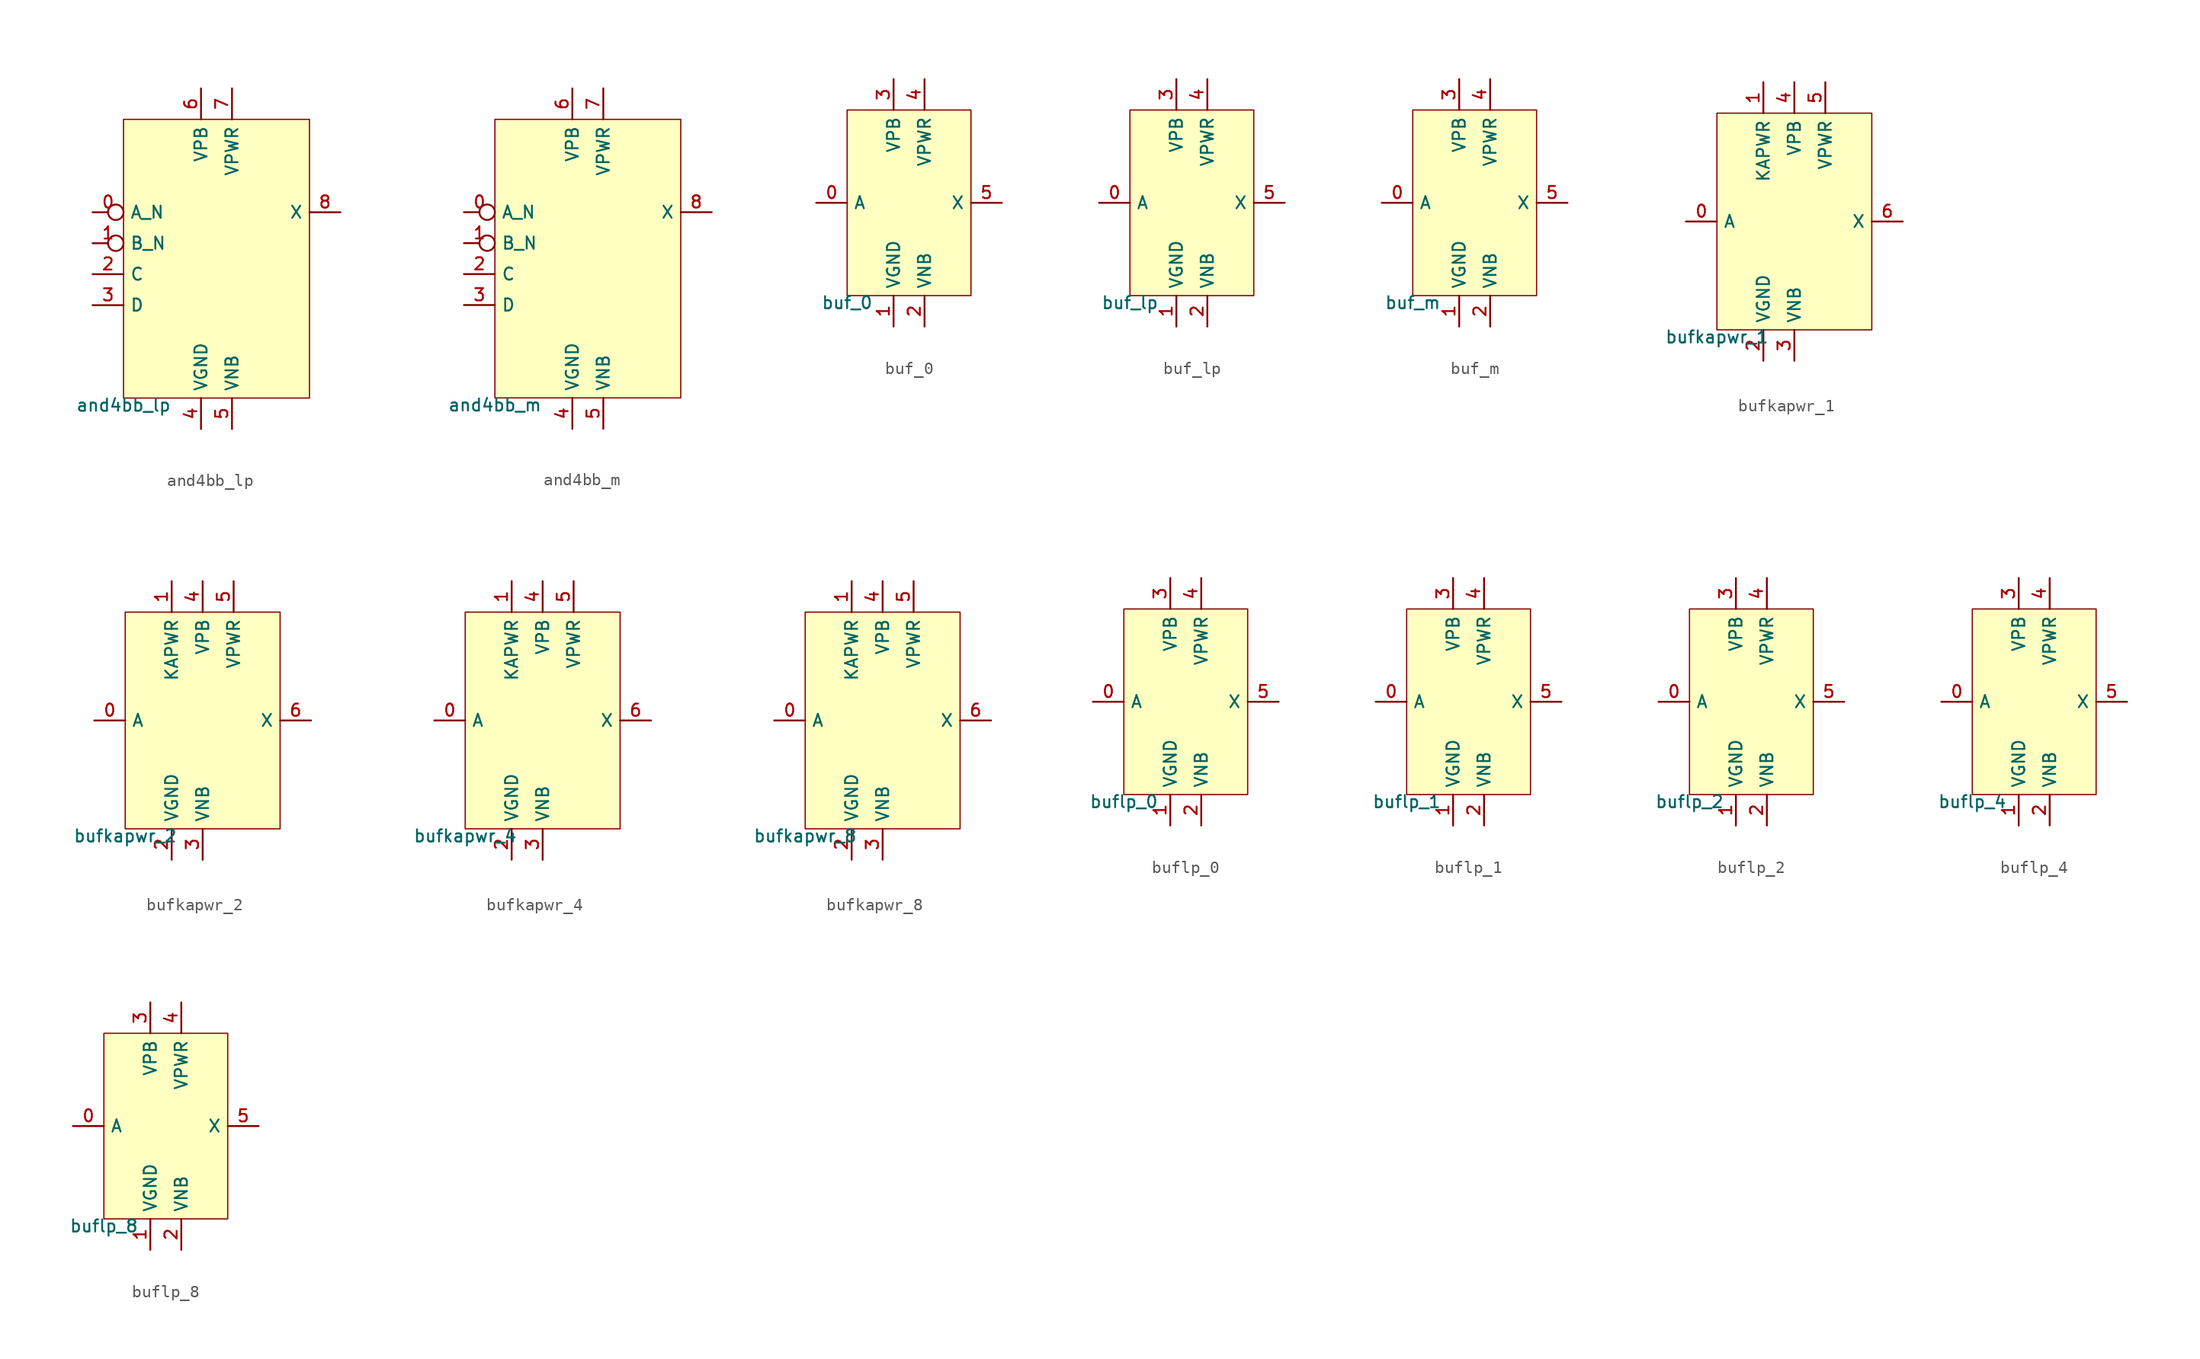
<source format=kicad_sym>
(kicad_symbol_lib
  (version 20211014)
  (generator pdk2kicad)
  (symbol "and4bb_lp"
    (property "Reference" "X"
      (at 0 0 0)
      (effects (font (size 1 1)) hide))
    (property "Value" "and4bb_lp"
      (at -7.62 -11.43 0)
      (effects (font (size 1 1)) (justify top)))
    (rectangle
      (start -7.62 -11.43)
      (end 7.62 11.43)
      (stroke (width 0.1) (type solid) (color 0 0 0 0))
      (fill (type background)))
    (pin input inverted
      (at -10.16 3.81 0)
      (length 2.54)
      (name "A_N" (effects (font (size 1 1)) hide))
      (number "0" (effects (font (size 1 1)) hide)))
    (pin input inverted
      (at -10.16 1.27 0)
      (length 2.54)
      (name "B_N" (effects (font (size 1 1)) hide))
      (number "1" (effects (font (size 1 1)) hide)))
    (pin input line
      (at -10.16 -1.27 0)
      (length 2.54)
      (name "C" (effects (font (size 1 1)) hide))
      (number "2" (effects (font (size 1 1)) hide)))
    (pin input line
      (at -10.16 -3.81 0)
      (length 2.54)
      (name "D" (effects (font (size 1 1)) hide))
      (number "3" (effects (font (size 1 1)) hide)))
    (pin power_in line
      (at -1.27 -13.97 90)
      (length 2.54)
      (name "VGND" (effects (font (size 1 1)) hide))
      (number "4" (effects (font (size 1 1)) hide)))
    (pin power_in line
      (at 1.27 -13.97 90)
      (length 2.54)
      (name "VNB" (effects (font (size 1 1)) hide))
      (number "5" (effects (font (size 1 1)) hide)))
    (pin power_in line
      (at -1.27 13.97 270)
      (length 2.54)
      (name "VPB" (effects (font (size 1 1)) hide))
      (number "6" (effects (font (size 1 1)) hide)))
    (pin power_in line
      (at 1.27 13.97 270)
      (length 2.54)
      (name "VPWR" (effects (font (size 1 1)) hide))
      (number "7" (effects (font (size 1 1)) hide)))
    (pin output line
      (at 10.16 3.81 180)
      (length 2.54)
      (name "X" (effects (font (size 1 1)) hide))
      (number "8" (effects (font (size 1 1)) hide))))
  (symbol "and4bb_m"
    (property "Reference" "X"
      (at 0 0 0)
      (effects (font (size 1 1)) hide))
    (property "Value" "and4bb_m"
      (at -7.62 -11.43 0)
      (effects (font (size 1 1)) (justify top)))
    (rectangle
      (start -7.62 -11.43)
      (end 7.62 11.43)
      (stroke (width 0.1) (type solid) (color 0 0 0 0))
      (fill (type background)))
    (pin input inverted
      (at -10.16 3.81 0)
      (length 2.54)
      (name "A_N" (effects (font (size 1 1)) hide))
      (number "0" (effects (font (size 1 1)) hide)))
    (pin input inverted
      (at -10.16 1.27 0)
      (length 2.54)
      (name "B_N" (effects (font (size 1 1)) hide))
      (number "1" (effects (font (size 1 1)) hide)))
    (pin input line
      (at -10.16 -1.27 0)
      (length 2.54)
      (name "C" (effects (font (size 1 1)) hide))
      (number "2" (effects (font (size 1 1)) hide)))
    (pin input line
      (at -10.16 -3.81 0)
      (length 2.54)
      (name "D" (effects (font (size 1 1)) hide))
      (number "3" (effects (font (size 1 1)) hide)))
    (pin power_in line
      (at -1.27 -13.97 90)
      (length 2.54)
      (name "VGND" (effects (font (size 1 1)) hide))
      (number "4" (effects (font (size 1 1)) hide)))
    (pin power_in line
      (at 1.27 -13.97 90)
      (length 2.54)
      (name "VNB" (effects (font (size 1 1)) hide))
      (number "5" (effects (font (size 1 1)) hide)))
    (pin power_in line
      (at -1.27 13.97 270)
      (length 2.54)
      (name "VPB" (effects (font (size 1 1)) hide))
      (number "6" (effects (font (size 1 1)) hide)))
    (pin power_in line
      (at 1.27 13.97 270)
      (length 2.54)
      (name "VPWR" (effects (font (size 1 1)) hide))
      (number "7" (effects (font (size 1 1)) hide)))
    (pin output line
      (at 10.16 3.81 180)
      (length 2.54)
      (name "X" (effects (font (size 1 1)) hide))
      (number "8" (effects (font (size 1 1)) hide))))
  (symbol "buf_0"
    (property "Reference" "X"
      (at 0 0 0)
      (effects (font (size 1 1)) hide))
    (property "Value" "buf_0"
      (at -5.08 -7.62 0)
      (effects (font (size 1 1)) (justify top)))
    (rectangle
      (start -5.08 -7.62)
      (end 5.08 7.62)
      (stroke (width 0.1) (type solid) (color 0 0 0 0))
      (fill (type background)))
    (pin input line
      (at -7.62 0.0 0)
      (length 2.54)
      (name "A" (effects (font (size 1 1)) hide))
      (number "0" (effects (font (size 1 1)) hide)))
    (pin power_in line
      (at -1.27 -10.16 90)
      (length 2.54)
      (name "VGND" (effects (font (size 1 1)) hide))
      (number "1" (effects (font (size 1 1)) hide)))
    (pin power_in line
      (at 1.27 -10.16 90)
      (length 2.54)
      (name "VNB" (effects (font (size 1 1)) hide))
      (number "2" (effects (font (size 1 1)) hide)))
    (pin power_in line
      (at -1.27 10.16 270)
      (length 2.54)
      (name "VPB" (effects (font (size 1 1)) hide))
      (number "3" (effects (font (size 1 1)) hide)))
    (pin power_in line
      (at 1.27 10.16 270)
      (length 2.54)
      (name "VPWR" (effects (font (size 1 1)) hide))
      (number "4" (effects (font (size 1 1)) hide)))
    (pin output line
      (at 7.62 0.0 180)
      (length 2.54)
      (name "X" (effects (font (size 1 1)) hide))
      (number "5" (effects (font (size 1 1)) hide))))
  (symbol "buf_lp"
    (property "Reference" "X"
      (at 0 0 0)
      (effects (font (size 1 1)) hide))
    (property "Value" "buf_lp"
      (at -5.08 -7.62 0)
      (effects (font (size 1 1)) (justify top)))
    (rectangle
      (start -5.08 -7.62)
      (end 5.08 7.62)
      (stroke (width 0.1) (type solid) (color 0 0 0 0))
      (fill (type background)))
    (pin input line
      (at -7.62 0.0 0)
      (length 2.54)
      (name "A" (effects (font (size 1 1)) hide))
      (number "0" (effects (font (size 1 1)) hide)))
    (pin power_in line
      (at -1.27 -10.16 90)
      (length 2.54)
      (name "VGND" (effects (font (size 1 1)) hide))
      (number "1" (effects (font (size 1 1)) hide)))
    (pin power_in line
      (at 1.27 -10.16 90)
      (length 2.54)
      (name "VNB" (effects (font (size 1 1)) hide))
      (number "2" (effects (font (size 1 1)) hide)))
    (pin power_in line
      (at -1.27 10.16 270)
      (length 2.54)
      (name "VPB" (effects (font (size 1 1)) hide))
      (number "3" (effects (font (size 1 1)) hide)))
    (pin power_in line
      (at 1.27 10.16 270)
      (length 2.54)
      (name "VPWR" (effects (font (size 1 1)) hide))
      (number "4" (effects (font (size 1 1)) hide)))
    (pin output line
      (at 7.62 0.0 180)
      (length 2.54)
      (name "X" (effects (font (size 1 1)) hide))
      (number "5" (effects (font (size 1 1)) hide))))
  (symbol "buf_m"
    (property "Reference" "X"
      (at 0 0 0)
      (effects (font (size 1 1)) hide))
    (property "Value" "buf_m"
      (at -5.08 -7.62 0)
      (effects (font (size 1 1)) (justify top)))
    (rectangle
      (start -5.08 -7.62)
      (end 5.08 7.62)
      (stroke (width 0.1) (type solid) (color 0 0 0 0))
      (fill (type background)))
    (pin input line
      (at -7.62 0.0 0)
      (length 2.54)
      (name "A" (effects (font (size 1 1)) hide))
      (number "0" (effects (font (size 1 1)) hide)))
    (pin power_in line
      (at -1.27 -10.16 90)
      (length 2.54)
      (name "VGND" (effects (font (size 1 1)) hide))
      (number "1" (effects (font (size 1 1)) hide)))
    (pin power_in line
      (at 1.27 -10.16 90)
      (length 2.54)
      (name "VNB" (effects (font (size 1 1)) hide))
      (number "2" (effects (font (size 1 1)) hide)))
    (pin power_in line
      (at -1.27 10.16 270)
      (length 2.54)
      (name "VPB" (effects (font (size 1 1)) hide))
      (number "3" (effects (font (size 1 1)) hide)))
    (pin power_in line
      (at 1.27 10.16 270)
      (length 2.54)
      (name "VPWR" (effects (font (size 1 1)) hide))
      (number "4" (effects (font (size 1 1)) hide)))
    (pin output line
      (at 7.62 0.0 180)
      (length 2.54)
      (name "X" (effects (font (size 1 1)) hide))
      (number "5" (effects (font (size 1 1)) hide))))
  (symbol "bufkapwr_1"
    (property "Reference" "X"
      (at 0 0 0)
      (effects (font (size 1 1)) hide))
    (property "Value" "bufkapwr_1"
      (at -6.35 -8.89 0)
      (effects (font (size 1 1)) (justify top)))
    (rectangle
      (start -6.35 -8.89)
      (end 6.35 8.89)
      (stroke (width 0.1) (type solid) (color 0 0 0 0))
      (fill (type background)))
    (pin input line
      (at -8.89 8.881784197001252e-16 0)
      (length 2.54)
      (name "A" (effects (font (size 1 1)) hide))
      (number "0" (effects (font (size 1 1)) hide)))
    (pin power_in line
      (at -2.54 11.43 270)
      (length 2.54)
      (name "KAPWR" (effects (font (size 1 1)) hide))
      (number "1" (effects (font (size 1 1)) hide)))
    (pin power_in line
      (at -2.54 -11.43 90)
      (length 2.54)
      (name "VGND" (effects (font (size 1 1)) hide))
      (number "2" (effects (font (size 1 1)) hide)))
    (pin power_in line
      (at 4.440892098500626e-16 -11.43 90)
      (length 2.54)
      (name "VNB" (effects (font (size 1 1)) hide))
      (number "3" (effects (font (size 1 1)) hide)))
    (pin power_in line
      (at 4.440892098500626e-16 11.43 270)
      (length 2.54)
      (name "VPB" (effects (font (size 1 1)) hide))
      (number "4" (effects (font (size 1 1)) hide)))
    (pin power_in line
      (at 2.54 11.43 270)
      (length 2.54)
      (name "VPWR" (effects (font (size 1 1)) hide))
      (number "5" (effects (font (size 1 1)) hide)))
    (pin output line
      (at 8.89 8.881784197001252e-16 180)
      (length 2.54)
      (name "X" (effects (font (size 1 1)) hide))
      (number "6" (effects (font (size 1 1)) hide))))
  (symbol "bufkapwr_2"
    (property "Reference" "X"
      (at 0 0 0)
      (effects (font (size 1 1)) hide))
    (property "Value" "bufkapwr_2"
      (at -6.35 -8.89 0)
      (effects (font (size 1 1)) (justify top)))
    (rectangle
      (start -6.35 -8.89)
      (end 6.35 8.89)
      (stroke (width 0.1) (type solid) (color 0 0 0 0))
      (fill (type background)))
    (pin input line
      (at -8.89 8.881784197001252e-16 0)
      (length 2.54)
      (name "A" (effects (font (size 1 1)) hide))
      (number "0" (effects (font (size 1 1)) hide)))
    (pin power_in line
      (at -2.54 11.43 270)
      (length 2.54)
      (name "KAPWR" (effects (font (size 1 1)) hide))
      (number "1" (effects (font (size 1 1)) hide)))
    (pin power_in line
      (at -2.54 -11.43 90)
      (length 2.54)
      (name "VGND" (effects (font (size 1 1)) hide))
      (number "2" (effects (font (size 1 1)) hide)))
    (pin power_in line
      (at 4.440892098500626e-16 -11.43 90)
      (length 2.54)
      (name "VNB" (effects (font (size 1 1)) hide))
      (number "3" (effects (font (size 1 1)) hide)))
    (pin power_in line
      (at 4.440892098500626e-16 11.43 270)
      (length 2.54)
      (name "VPB" (effects (font (size 1 1)) hide))
      (number "4" (effects (font (size 1 1)) hide)))
    (pin power_in line
      (at 2.54 11.43 270)
      (length 2.54)
      (name "VPWR" (effects (font (size 1 1)) hide))
      (number "5" (effects (font (size 1 1)) hide)))
    (pin output line
      (at 8.89 8.881784197001252e-16 180)
      (length 2.54)
      (name "X" (effects (font (size 1 1)) hide))
      (number "6" (effects (font (size 1 1)) hide))))
  (symbol "bufkapwr_4"
    (property "Reference" "X"
      (at 0 0 0)
      (effects (font (size 1 1)) hide))
    (property "Value" "bufkapwr_4"
      (at -6.35 -8.89 0)
      (effects (font (size 1 1)) (justify top)))
    (rectangle
      (start -6.35 -8.89)
      (end 6.35 8.89)
      (stroke (width 0.1) (type solid) (color 0 0 0 0))
      (fill (type background)))
    (pin input line
      (at -8.89 8.881784197001252e-16 0)
      (length 2.54)
      (name "A" (effects (font (size 1 1)) hide))
      (number "0" (effects (font (size 1 1)) hide)))
    (pin power_in line
      (at -2.54 11.43 270)
      (length 2.54)
      (name "KAPWR" (effects (font (size 1 1)) hide))
      (number "1" (effects (font (size 1 1)) hide)))
    (pin power_in line
      (at -2.54 -11.43 90)
      (length 2.54)
      (name "VGND" (effects (font (size 1 1)) hide))
      (number "2" (effects (font (size 1 1)) hide)))
    (pin power_in line
      (at 4.440892098500626e-16 -11.43 90)
      (length 2.54)
      (name "VNB" (effects (font (size 1 1)) hide))
      (number "3" (effects (font (size 1 1)) hide)))
    (pin power_in line
      (at 4.440892098500626e-16 11.43 270)
      (length 2.54)
      (name "VPB" (effects (font (size 1 1)) hide))
      (number "4" (effects (font (size 1 1)) hide)))
    (pin power_in line
      (at 2.54 11.43 270)
      (length 2.54)
      (name "VPWR" (effects (font (size 1 1)) hide))
      (number "5" (effects (font (size 1 1)) hide)))
    (pin output line
      (at 8.89 8.881784197001252e-16 180)
      (length 2.54)
      (name "X" (effects (font (size 1 1)) hide))
      (number "6" (effects (font (size 1 1)) hide))))
  (symbol "bufkapwr_8"
    (property "Reference" "X"
      (at 0 0 0)
      (effects (font (size 1 1)) hide))
    (property "Value" "bufkapwr_8"
      (at -6.35 -8.89 0)
      (effects (font (size 1 1)) (justify top)))
    (rectangle
      (start -6.35 -8.89)
      (end 6.35 8.89)
      (stroke (width 0.1) (type solid) (color 0 0 0 0))
      (fill (type background)))
    (pin input line
      (at -8.89 8.881784197001252e-16 0)
      (length 2.54)
      (name "A" (effects (font (size 1 1)) hide))
      (number "0" (effects (font (size 1 1)) hide)))
    (pin power_in line
      (at -2.54 11.43 270)
      (length 2.54)
      (name "KAPWR" (effects (font (size 1 1)) hide))
      (number "1" (effects (font (size 1 1)) hide)))
    (pin power_in line
      (at -2.54 -11.43 90)
      (length 2.54)
      (name "VGND" (effects (font (size 1 1)) hide))
      (number "2" (effects (font (size 1 1)) hide)))
    (pin power_in line
      (at 4.440892098500626e-16 -11.43 90)
      (length 2.54)
      (name "VNB" (effects (font (size 1 1)) hide))
      (number "3" (effects (font (size 1 1)) hide)))
    (pin power_in line
      (at 4.440892098500626e-16 11.43 270)
      (length 2.54)
      (name "VPB" (effects (font (size 1 1)) hide))
      (number "4" (effects (font (size 1 1)) hide)))
    (pin power_in line
      (at 2.54 11.43 270)
      (length 2.54)
      (name "VPWR" (effects (font (size 1 1)) hide))
      (number "5" (effects (font (size 1 1)) hide)))
    (pin output line
      (at 8.89 8.881784197001252e-16 180)
      (length 2.54)
      (name "X" (effects (font (size 1 1)) hide))
      (number "6" (effects (font (size 1 1)) hide))))
  (symbol "buflp_0"
    (property "Reference" "X"
      (at 0 0 0)
      (effects (font (size 1 1)) hide))
    (property "Value" "buflp_0"
      (at -5.08 -7.62 0)
      (effects (font (size 1 1)) (justify top)))
    (rectangle
      (start -5.08 -7.62)
      (end 5.08 7.62)
      (stroke (width 0.1) (type solid) (color 0 0 0 0))
      (fill (type background)))
    (pin input line
      (at -7.62 0.0 0)
      (length 2.54)
      (name "A" (effects (font (size 1 1)) hide))
      (number "0" (effects (font (size 1 1)) hide)))
    (pin power_in line
      (at -1.27 -10.16 90)
      (length 2.54)
      (name "VGND" (effects (font (size 1 1)) hide))
      (number "1" (effects (font (size 1 1)) hide)))
    (pin power_in line
      (at 1.27 -10.16 90)
      (length 2.54)
      (name "VNB" (effects (font (size 1 1)) hide))
      (number "2" (effects (font (size 1 1)) hide)))
    (pin power_in line
      (at -1.27 10.16 270)
      (length 2.54)
      (name "VPB" (effects (font (size 1 1)) hide))
      (number "3" (effects (font (size 1 1)) hide)))
    (pin power_in line
      (at 1.27 10.16 270)
      (length 2.54)
      (name "VPWR" (effects (font (size 1 1)) hide))
      (number "4" (effects (font (size 1 1)) hide)))
    (pin output line
      (at 7.62 0.0 180)
      (length 2.54)
      (name "X" (effects (font (size 1 1)) hide))
      (number "5" (effects (font (size 1 1)) hide))))
  (symbol "buflp_1"
    (property "Reference" "X"
      (at 0 0 0)
      (effects (font (size 1 1)) hide))
    (property "Value" "buflp_1"
      (at -5.08 -7.62 0)
      (effects (font (size 1 1)) (justify top)))
    (rectangle
      (start -5.08 -7.62)
      (end 5.08 7.62)
      (stroke (width 0.1) (type solid) (color 0 0 0 0))
      (fill (type background)))
    (pin input line
      (at -7.62 0.0 0)
      (length 2.54)
      (name "A" (effects (font (size 1 1)) hide))
      (number "0" (effects (font (size 1 1)) hide)))
    (pin power_in line
      (at -1.27 -10.16 90)
      (length 2.54)
      (name "VGND" (effects (font (size 1 1)) hide))
      (number "1" (effects (font (size 1 1)) hide)))
    (pin power_in line
      (at 1.27 -10.16 90)
      (length 2.54)
      (name "VNB" (effects (font (size 1 1)) hide))
      (number "2" (effects (font (size 1 1)) hide)))
    (pin power_in line
      (at -1.27 10.16 270)
      (length 2.54)
      (name "VPB" (effects (font (size 1 1)) hide))
      (number "3" (effects (font (size 1 1)) hide)))
    (pin power_in line
      (at 1.27 10.16 270)
      (length 2.54)
      (name "VPWR" (effects (font (size 1 1)) hide))
      (number "4" (effects (font (size 1 1)) hide)))
    (pin output line
      (at 7.62 0.0 180)
      (length 2.54)
      (name "X" (effects (font (size 1 1)) hide))
      (number "5" (effects (font (size 1 1)) hide))))
  (symbol "buflp_2"
    (property "Reference" "X"
      (at 0 0 0)
      (effects (font (size 1 1)) hide))
    (property "Value" "buflp_2"
      (at -5.08 -7.62 0)
      (effects (font (size 1 1)) (justify top)))
    (rectangle
      (start -5.08 -7.62)
      (end 5.08 7.62)
      (stroke (width 0.1) (type solid) (color 0 0 0 0))
      (fill (type background)))
    (pin input line
      (at -7.62 0.0 0)
      (length 2.54)
      (name "A" (effects (font (size 1 1)) hide))
      (number "0" (effects (font (size 1 1)) hide)))
    (pin power_in line
      (at -1.27 -10.16 90)
      (length 2.54)
      (name "VGND" (effects (font (size 1 1)) hide))
      (number "1" (effects (font (size 1 1)) hide)))
    (pin power_in line
      (at 1.27 -10.16 90)
      (length 2.54)
      (name "VNB" (effects (font (size 1 1)) hide))
      (number "2" (effects (font (size 1 1)) hide)))
    (pin power_in line
      (at -1.27 10.16 270)
      (length 2.54)
      (name "VPB" (effects (font (size 1 1)) hide))
      (number "3" (effects (font (size 1 1)) hide)))
    (pin power_in line
      (at 1.27 10.16 270)
      (length 2.54)
      (name "VPWR" (effects (font (size 1 1)) hide))
      (number "4" (effects (font (size 1 1)) hide)))
    (pin output line
      (at 7.62 0.0 180)
      (length 2.54)
      (name "X" (effects (font (size 1 1)) hide))
      (number "5" (effects (font (size 1 1)) hide))))
  (symbol "buflp_4"
    (property "Reference" "X"
      (at 0 0 0)
      (effects (font (size 1 1)) hide))
    (property "Value" "buflp_4"
      (at -5.08 -7.62 0)
      (effects (font (size 1 1)) (justify top)))
    (rectangle
      (start -5.08 -7.62)
      (end 5.08 7.62)
      (stroke (width 0.1) (type solid) (color 0 0 0 0))
      (fill (type background)))
    (pin input line
      (at -7.62 0.0 0)
      (length 2.54)
      (name "A" (effects (font (size 1 1)) hide))
      (number "0" (effects (font (size 1 1)) hide)))
    (pin power_in line
      (at -1.27 -10.16 90)
      (length 2.54)
      (name "VGND" (effects (font (size 1 1)) hide))
      (number "1" (effects (font (size 1 1)) hide)))
    (pin power_in line
      (at 1.27 -10.16 90)
      (length 2.54)
      (name "VNB" (effects (font (size 1 1)) hide))
      (number "2" (effects (font (size 1 1)) hide)))
    (pin power_in line
      (at -1.27 10.16 270)
      (length 2.54)
      (name "VPB" (effects (font (size 1 1)) hide))
      (number "3" (effects (font (size 1 1)) hide)))
    (pin power_in line
      (at 1.27 10.16 270)
      (length 2.54)
      (name "VPWR" (effects (font (size 1 1)) hide))
      (number "4" (effects (font (size 1 1)) hide)))
    (pin output line
      (at 7.62 0.0 180)
      (length 2.54)
      (name "X" (effects (font (size 1 1)) hide))
      (number "5" (effects (font (size 1 1)) hide))))
  (symbol "buflp_8"
    (property "Reference" "X"
      (at 0 0 0)
      (effects (font (size 1 1)) hide))
    (property "Value" "buflp_8"
      (at -5.08 -7.62 0)
      (effects (font (size 1 1)) (justify top)))
    (rectangle
      (start -5.08 -7.62)
      (end 5.08 7.62)
      (stroke (width 0.1) (type solid) (color 0 0 0 0))
      (fill (type background)))
    (pin input line
      (at -7.62 0.0 0)
      (length 2.54)
      (name "A" (effects (font (size 1 1)) hide))
      (number "0" (effects (font (size 1 1)) hide)))
    (pin power_in line
      (at -1.27 -10.16 90)
      (length 2.54)
      (name "VGND" (effects (font (size 1 1)) hide))
      (number "1" (effects (font (size 1 1)) hide)))
    (pin power_in line
      (at 1.27 -10.16 90)
      (length 2.54)
      (name "VNB" (effects (font (size 1 1)) hide))
      (number "2" (effects (font (size 1 1)) hide)))
    (pin power_in line
      (at -1.27 10.16 270)
      (length 2.54)
      (name "VPB" (effects (font (size 1 1)) hide))
      (number "3" (effects (font (size 1 1)) hide)))
    (pin power_in line
      (at 1.27 10.16 270)
      (length 2.54)
      (name "VPWR" (effects (font (size 1 1)) hide))
      (number "4" (effects (font (size 1 1)) hide)))
    (pin output line
      (at 7.62 0.0 180)
      (length 2.54)
      (name "X" (effects (font (size 1 1)) hide))
      (number "5" (effects (font (size 1 1)) hide)))))
</source>
